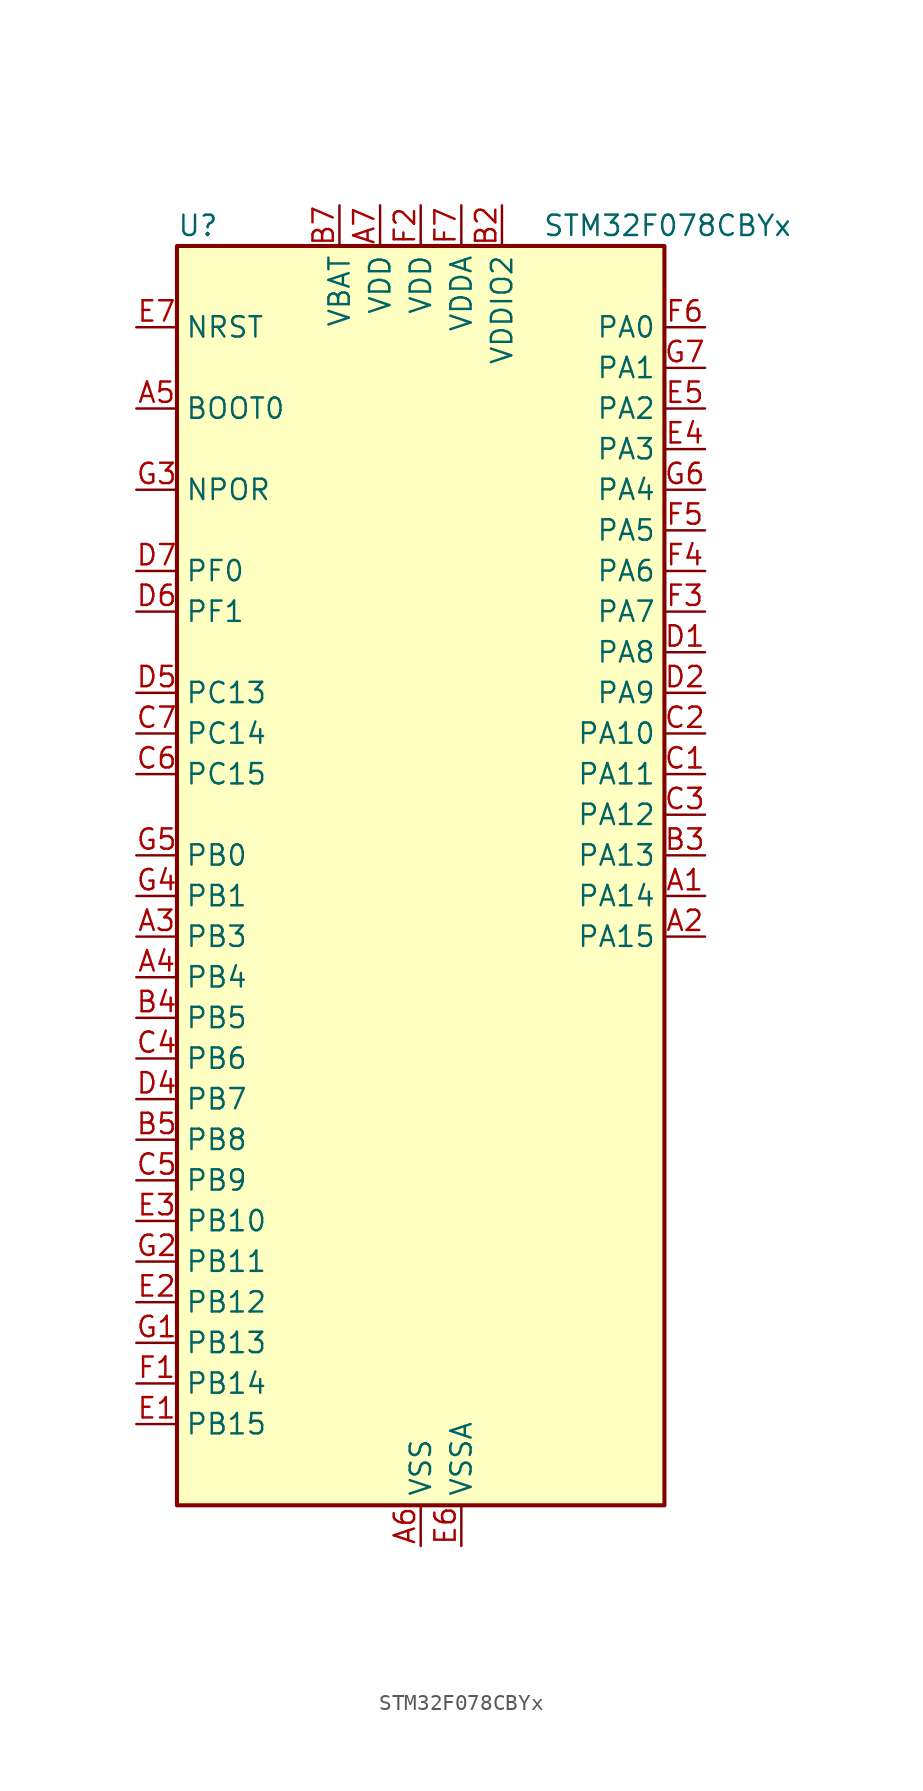
<source format=kicad_sym>
(kicad_symbol_lib
  (version 20241209)
  (generator "kicad_symbol_editor")
  (generator_version "9.0")
  (symbol "STM32F078CBYx"
    (property "Reference" "U"
      (at -15.24 41.91 0)
      (effects (font (size 1.27 1.27)) (justify left)))
    (property "Value" "STM32F078CBYx"
      (at 7.62 41.91 0)
      (effects (font (size 1.27 1.27)) (justify left)))
    (symbol "STM32F078CBYx_0_1"
      (rectangle (start -15.24 -38.1) (end 15.24 40.64) (stroke (width 0.254) (type default)) (fill (type background))))
    (symbol "STM32F078CBYx_1_1"
      (pin input line (at -17.78 35.56 0) (length 2.54) (name "NRST" (effects (font (size 1.27 1.27)))) (number "E7" (effects (font (size 1.27 1.27)))))
      (pin input line (at -17.78 30.48 0) (length 2.54) (name "BOOT0" (effects (font (size 1.27 1.27)))) (number "A5" (effects (font (size 1.27 1.27)))))
      (pin input line (at -17.78 25.4 0) (length 2.54) (name "NPOR" (effects (font (size 1.27 1.27)))) (number "G3" (effects (font (size 1.27 1.27)))))
      (pin bidirectional line (at -17.78 20.32 0) (length 2.54) (name "PF0" (effects (font (size 1.27 1.27)))) (number "D7" (effects (font (size 1.27 1.27)))) (alternate "CRS_SYNC" bidirectional line) (alternate "RCC_OSC_IN" bidirectional line))
      (pin bidirectional line (at -17.78 17.78 0) (length 2.54) (name "PF1" (effects (font (size 1.27 1.27)))) (number "D6" (effects (font (size 1.27 1.27)))) (alternate "RCC_OSC_OUT" bidirectional line))
      (pin bidirectional line (at -17.78 12.7 0) (length 2.54) (name "PC13" (effects (font (size 1.27 1.27)))) (number "D5" (effects (font (size 1.27 1.27)))) (alternate "RTC_OUT_ALARM" bidirectional line) (alternate "RTC_OUT_CALIB" bidirectional line) (alternate "RTC_TAMP1" bidirectional line) (alternate "RTC_TS" bidirectional line) (alternate "SYS_WKUP2" bidirectional line))
      (pin bidirectional line (at -17.78 10.16 0) (length 2.54) (name "PC14" (effects (font (size 1.27 1.27)))) (number "C7" (effects (font (size 1.27 1.27)))) (alternate "RCC_OSC32_IN" bidirectional line))
      (pin bidirectional line (at -17.78 7.62 0) (length 2.54) (name "PC15" (effects (font (size 1.27 1.27)))) (number "C6" (effects (font (size 1.27 1.27)))) (alternate "RCC_OSC32_OUT" bidirectional line))
      (pin bidirectional line (at -17.78 2.54 0) (length 2.54) (name "PB0" (effects (font (size 1.27 1.27)))) (number "G5" (effects (font (size 1.27 1.27)))) (alternate "ADC_IN8" bidirectional line) (alternate "TIM1_CH2N" bidirectional line) (alternate "TIM3_CH3" bidirectional line) (alternate "TSC_G3_IO2" bidirectional line) (alternate "USART3_CK" bidirectional line))
      (pin bidirectional line (at -17.78 0 0) (length 2.54) (name "PB1" (effects (font (size 1.27 1.27)))) (number "G4" (effects (font (size 1.27 1.27)))) (alternate "ADC_IN9" bidirectional line) (alternate "TIM14_CH1" bidirectional line) (alternate "TIM1_CH3N" bidirectional line) (alternate "TIM3_CH4" bidirectional line) (alternate "TSC_G3_IO3" bidirectional line) (alternate "USART3_DE" bidirectional line) (alternate "USART3_RTS" bidirectional line))
      (pin bidirectional line (at -17.78 -2.54 0) (length 2.54) (name "PB3" (effects (font (size 1.27 1.27)))) (number "A3" (effects (font (size 1.27 1.27)))) (alternate "I2S1_CK" bidirectional line) (alternate "SPI1_SCK" bidirectional line) (alternate "TIM2_CH2" bidirectional line) (alternate "TSC_G5_IO1" bidirectional line))
      (pin bidirectional line (at -17.78 -5.08 0) (length 2.54) (name "PB4" (effects (font (size 1.27 1.27)))) (number "A4" (effects (font (size 1.27 1.27)))) (alternate "I2S1_MCK" bidirectional line) (alternate "SPI1_MISO" bidirectional line) (alternate "TIM17_BKIN" bidirectional line) (alternate "TIM3_CH1" bidirectional line) (alternate "TSC_G5_IO2" bidirectional line))
      (pin bidirectional line (at -17.78 -7.62 0) (length 2.54) (name "PB5" (effects (font (size 1.27 1.27)))) (number "B4" (effects (font (size 1.27 1.27)))) (alternate "I2C1_SMBA" bidirectional line) (alternate "I2S1_SD" bidirectional line) (alternate "SPI1_MOSI" bidirectional line) (alternate "SYS_WKUP6" bidirectional line) (alternate "TIM16_BKIN" bidirectional line) (alternate "TIM3_CH2" bidirectional line))
      (pin bidirectional line (at -17.78 -10.16 0) (length 2.54) (name "PB6" (effects (font (size 1.27 1.27)))) (number "C4" (effects (font (size 1.27 1.27)))) (alternate "I2C1_SCL" bidirectional line) (alternate "TIM16_CH1N" bidirectional line) (alternate "TSC_G5_IO3" bidirectional line) (alternate "USART1_TX" bidirectional line))
      (pin bidirectional line (at -17.78 -12.7 0) (length 2.54) (name "PB7" (effects (font (size 1.27 1.27)))) (number "D4" (effects (font (size 1.27 1.27)))) (alternate "I2C1_SDA" bidirectional line) (alternate "TIM17_CH1N" bidirectional line) (alternate "TSC_G5_IO4" bidirectional line) (alternate "USART1_RX" bidirectional line) (alternate "USART4_CTS" bidirectional line))
      (pin bidirectional line (at -17.78 -15.24 0) (length 2.54) (name "PB8" (effects (font (size 1.27 1.27)))) (number "B5" (effects (font (size 1.27 1.27)))) (alternate "CEC" bidirectional line) (alternate "I2C1_SCL" bidirectional line) (alternate "TIM16_CH1" bidirectional line) (alternate "TSC_SYNC" bidirectional line))
      (pin bidirectional line (at -17.78 -17.78 0) (length 2.54) (name "PB9" (effects (font (size 1.27 1.27)))) (number "C5" (effects (font (size 1.27 1.27)))) (alternate "DAC_EXTI9" bidirectional line) (alternate "I2C1_SDA" bidirectional line) (alternate "I2S2_WS" bidirectional line) (alternate "IR_OUT" bidirectional line) (alternate "SPI2_NSS" bidirectional line) (alternate "TIM17_CH1" bidirectional line))
      (pin bidirectional line (at -17.78 -20.32 0) (length 2.54) (name "PB10" (effects (font (size 1.27 1.27)))) (number "E3" (effects (font (size 1.27 1.27)))) (alternate "CEC" bidirectional line) (alternate "I2C2_SCL" bidirectional line) (alternate "I2S2_CK" bidirectional line) (alternate "SPI2_SCK" bidirectional line) (alternate "TIM2_CH3" bidirectional line) (alternate "TSC_SYNC" bidirectional line) (alternate "USART3_TX" bidirectional line))
      (pin bidirectional line (at -17.78 -22.86 0) (length 2.54) (name "PB11" (effects (font (size 1.27 1.27)))) (number "G2" (effects (font (size 1.27 1.27)))) (alternate "I2C2_SDA" bidirectional line) (alternate "TIM2_CH4" bidirectional line) (alternate "TSC_G6_IO1" bidirectional line) (alternate "USART3_RX" bidirectional line))
      (pin bidirectional line (at -17.78 -25.4 0) (length 2.54) (name "PB12" (effects (font (size 1.27 1.27)))) (number "E2" (effects (font (size 1.27 1.27)))) (alternate "I2S2_WS" bidirectional line) (alternate "SPI2_NSS" bidirectional line) (alternate "TIM15_BKIN" bidirectional line) (alternate "TIM1_BKIN" bidirectional line) (alternate "TSC_G6_IO2" bidirectional line) (alternate "USART3_CK" bidirectional line))
      (pin bidirectional line (at -17.78 -27.94 0) (length 2.54) (name "PB13" (effects (font (size 1.27 1.27)))) (number "G1" (effects (font (size 1.27 1.27)))) (alternate "I2C2_SCL" bidirectional line) (alternate "I2S2_CK" bidirectional line) (alternate "SPI2_SCK" bidirectional line) (alternate "TIM1_CH1N" bidirectional line) (alternate "TSC_G6_IO3" bidirectional line) (alternate "USART3_CTS" bidirectional line))
      (pin bidirectional line (at -17.78 -30.48 0) (length 2.54) (name "PB14" (effects (font (size 1.27 1.27)))) (number "F1" (effects (font (size 1.27 1.27)))) (alternate "I2C2_SDA" bidirectional line) (alternate "I2S2_MCK" bidirectional line) (alternate "SPI2_MISO" bidirectional line) (alternate "TIM15_CH1" bidirectional line) (alternate "TIM1_CH2N" bidirectional line) (alternate "TSC_G6_IO4" bidirectional line) (alternate "USART3_DE" bidirectional line) (alternate "USART3_RTS" bidirectional line))
      (pin bidirectional line (at -17.78 -33.02 0) (length 2.54) (name "PB15" (effects (font (size 1.27 1.27)))) (number "E1" (effects (font (size 1.27 1.27)))) (alternate "I2S2_SD" bidirectional line) (alternate "RTC_REFIN" bidirectional line) (alternate "SPI2_MOSI" bidirectional line) (alternate "SYS_WKUP7" bidirectional line) (alternate "TIM15_CH1N" bidirectional line) (alternate "TIM15_CH2" bidirectional line) (alternate "TIM1_CH3N" bidirectional line))
      (pin no_connect line (at -15.24 -38.1 0) (length 2.54) (hide yes) (name "NC" (effects (font (size 1.27 1.27)))) (number "B6" (effects (font (size 1.27 1.27)))))
      (pin power_in line (at -5.08 43.18 270) (length 2.54) (name "VBAT" (effects (font (size 1.27 1.27)))) (number "B7" (effects (font (size 1.27 1.27)))))
      (pin power_in line (at -2.54 43.18 270) (length 2.54) (name "VDD" (effects (font (size 1.27 1.27)))) (number "A7" (effects (font (size 1.27 1.27)))))
      (pin power_in line (at 0 43.18 270) (length 2.54) (name "VDD" (effects (font (size 1.27 1.27)))) (number "F2" (effects (font (size 1.27 1.27)))))
      (pin power_in line (at 0 -40.64 90) (length 2.54) (name "VSS" (effects (font (size 1.27 1.27)))) (number "A6" (effects (font (size 1.27 1.27)))))
      (pin passive line (at 0 -40.64 90) (length 2.54) (hide yes) (name "VSS" (effects (font (size 1.27 1.27)))) (number "B1" (effects (font (size 1.27 1.27)))))
      (pin passive line (at 0 -40.64 90) (length 2.54) (hide yes) (name "VSS" (effects (font (size 1.27 1.27)))) (number "D3" (effects (font (size 1.27 1.27)))))
      (pin power_in line (at 2.54 43.18 270) (length 2.54) (name "VDDA" (effects (font (size 1.27 1.27)))) (number "F7" (effects (font (size 1.27 1.27)))))
      (pin power_in line (at 2.54 -40.64 90) (length 2.54) (name "VSSA" (effects (font (size 1.27 1.27)))) (number "E6" (effects (font (size 1.27 1.27)))))
      (pin power_in line (at 5.08 43.18 270) (length 2.54) (name "VDDIO2" (effects (font (size 1.27 1.27)))) (number "B2" (effects (font (size 1.27 1.27)))))
      (pin bidirectional line (at 17.78 35.56 180) (length 2.54) (name "PA0" (effects (font (size 1.27 1.27)))) (number "F6" (effects (font (size 1.27 1.27)))) (alternate "ADC_IN0" bidirectional line) (alternate "COMP1_INM" bidirectional line) (alternate "COMP1_OUT" bidirectional line) (alternate "RTC_TAMP2" bidirectional line) (alternate "SYS_WKUP1" bidirectional line) (alternate "TIM2_CH1" bidirectional line) (alternate "TIM2_ETR" bidirectional line) (alternate "TSC_G1_IO1" bidirectional line) (alternate "USART2_CTS" bidirectional line) (alternate "USART4_TX" bidirectional line))
      (pin bidirectional line (at 17.78 33.02 180) (length 2.54) (name "PA1" (effects (font (size 1.27 1.27)))) (number "G7" (effects (font (size 1.27 1.27)))) (alternate "ADC_IN1" bidirectional line) (alternate "COMP1_INP" bidirectional line) (alternate "TIM15_CH1N" bidirectional line) (alternate "TIM2_CH2" bidirectional line) (alternate "TSC_G1_IO2" bidirectional line) (alternate "USART2_DE" bidirectional line) (alternate "USART2_RTS" bidirectional line) (alternate "USART4_RX" bidirectional line))
      (pin bidirectional line (at 17.78 30.48 180) (length 2.54) (name "PA2" (effects (font (size 1.27 1.27)))) (number "E5" (effects (font (size 1.27 1.27)))) (alternate "ADC_IN2" bidirectional line) (alternate "COMP2_INM" bidirectional line) (alternate "COMP2_OUT" bidirectional line) (alternate "SYS_WKUP4" bidirectional line) (alternate "TIM15_CH1" bidirectional line) (alternate "TIM2_CH3" bidirectional line) (alternate "TSC_G1_IO3" bidirectional line) (alternate "USART2_TX" bidirectional line))
      (pin bidirectional line (at 17.78 27.94 180) (length 2.54) (name "PA3" (effects (font (size 1.27 1.27)))) (number "E4" (effects (font (size 1.27 1.27)))) (alternate "ADC_IN3" bidirectional line) (alternate "COMP2_INP" bidirectional line) (alternate "TIM15_CH2" bidirectional line) (alternate "TIM2_CH4" bidirectional line) (alternate "TSC_G1_IO4" bidirectional line) (alternate "USART2_RX" bidirectional line))
      (pin bidirectional line (at 17.78 25.4 180) (length 2.54) (name "PA4" (effects (font (size 1.27 1.27)))) (number "G6" (effects (font (size 1.27 1.27)))) (alternate "ADC_IN4" bidirectional line) (alternate "COMP1_INM" bidirectional line) (alternate "COMP2_INM" bidirectional line) (alternate "DAC_OUT1" bidirectional line) (alternate "I2S1_WS" bidirectional line) (alternate "SPI1_NSS" bidirectional line) (alternate "TIM14_CH1" bidirectional line) (alternate "TSC_G2_IO1" bidirectional line) (alternate "USART2_CK" bidirectional line))
      (pin bidirectional line (at 17.78 22.86 180) (length 2.54) (name "PA5" (effects (font (size 1.27 1.27)))) (number "F5" (effects (font (size 1.27 1.27)))) (alternate "ADC_IN5" bidirectional line) (alternate "CEC" bidirectional line) (alternate "COMP1_INM" bidirectional line) (alternate "COMP2_INM" bidirectional line) (alternate "DAC_OUT2" bidirectional line) (alternate "I2S1_CK" bidirectional line) (alternate "SPI1_SCK" bidirectional line) (alternate "TIM2_CH1" bidirectional line) (alternate "TIM2_ETR" bidirectional line) (alternate "TSC_G2_IO2" bidirectional line))
      (pin bidirectional line (at 17.78 20.32 180) (length 2.54) (name "PA6" (effects (font (size 1.27 1.27)))) (number "F4" (effects (font (size 1.27 1.27)))) (alternate "ADC_IN6" bidirectional line) (alternate "COMP1_OUT" bidirectional line) (alternate "I2S1_MCK" bidirectional line) (alternate "SPI1_MISO" bidirectional line) (alternate "TIM16_CH1" bidirectional line) (alternate "TIM1_BKIN" bidirectional line) (alternate "TIM3_CH1" bidirectional line) (alternate "TSC_G2_IO3" bidirectional line) (alternate "USART3_CTS" bidirectional line))
      (pin bidirectional line (at 17.78 17.78 180) (length 2.54) (name "PA7" (effects (font (size 1.27 1.27)))) (number "F3" (effects (font (size 1.27 1.27)))) (alternate "ADC_IN7" bidirectional line) (alternate "COMP2_OUT" bidirectional line) (alternate "I2S1_SD" bidirectional line) (alternate "SPI1_MOSI" bidirectional line) (alternate "TIM14_CH1" bidirectional line) (alternate "TIM17_CH1" bidirectional line) (alternate "TIM1_CH1N" bidirectional line) (alternate "TIM3_CH2" bidirectional line) (alternate "TSC_G2_IO4" bidirectional line))
      (pin bidirectional line (at 17.78 15.24 180) (length 2.54) (name "PA8" (effects (font (size 1.27 1.27)))) (number "D1" (effects (font (size 1.27 1.27)))) (alternate "CRS_SYNC" bidirectional line) (alternate "RCC_MCO" bidirectional line) (alternate "TIM1_CH1" bidirectional line) (alternate "USART1_CK" bidirectional line))
      (pin bidirectional line (at 17.78 12.7 180) (length 2.54) (name "PA9" (effects (font (size 1.27 1.27)))) (number "D2" (effects (font (size 1.27 1.27)))) (alternate "DAC_EXTI9" bidirectional line) (alternate "TIM15_BKIN" bidirectional line) (alternate "TIM1_CH2" bidirectional line) (alternate "TSC_G4_IO1" bidirectional line) (alternate "USART1_TX" bidirectional line))
      (pin bidirectional line (at 17.78 10.16 180) (length 2.54) (name "PA10" (effects (font (size 1.27 1.27)))) (number "C2" (effects (font (size 1.27 1.27)))) (alternate "TIM17_BKIN" bidirectional line) (alternate "TIM1_CH3" bidirectional line) (alternate "TSC_G4_IO2" bidirectional line) (alternate "USART1_RX" bidirectional line))
      (pin bidirectional line (at 17.78 7.62 180) (length 2.54) (name "PA11" (effects (font (size 1.27 1.27)))) (number "C1" (effects (font (size 1.27 1.27)))) (alternate "COMP1_OUT" bidirectional line) (alternate "TIM1_CH4" bidirectional line) (alternate "TSC_G4_IO3" bidirectional line) (alternate "USART1_CTS" bidirectional line) (alternate "USB_DM" bidirectional line))
      (pin bidirectional line (at 17.78 5.08 180) (length 2.54) (name "PA12" (effects (font (size 1.27 1.27)))) (number "C3" (effects (font (size 1.27 1.27)))) (alternate "COMP2_OUT" bidirectional line) (alternate "TIM1_ETR" bidirectional line) (alternate "TSC_G4_IO4" bidirectional line) (alternate "USART1_DE" bidirectional line) (alternate "USART1_RTS" bidirectional line) (alternate "USB_DP" bidirectional line))
      (pin bidirectional line (at 17.78 2.54 180) (length 2.54) (name "PA13" (effects (font (size 1.27 1.27)))) (number "B3" (effects (font (size 1.27 1.27)))) (alternate "IR_OUT" bidirectional line) (alternate "SYS_SWDIO" bidirectional line) (alternate "USB_NOE" bidirectional line))
      (pin bidirectional line (at 17.78 0 180) (length 2.54) (name "PA14" (effects (font (size 1.27 1.27)))) (number "A1" (effects (font (size 1.27 1.27)))) (alternate "SYS_SWCLK" bidirectional line) (alternate "USART2_TX" bidirectional line))
      (pin bidirectional line (at 17.78 -2.54 180) (length 2.54) (name "PA15" (effects (font (size 1.27 1.27)))) (number "A2" (effects (font (size 1.27 1.27)))) (alternate "I2S1_WS" bidirectional line) (alternate "SPI1_NSS" bidirectional line) (alternate "TIM2_CH1" bidirectional line) (alternate "TIM2_ETR" bidirectional line) (alternate "USART2_RX" bidirectional line) (alternate "USART4_DE" bidirectional line) (alternate "USART4_RTS" bidirectional line)))))
</source>
